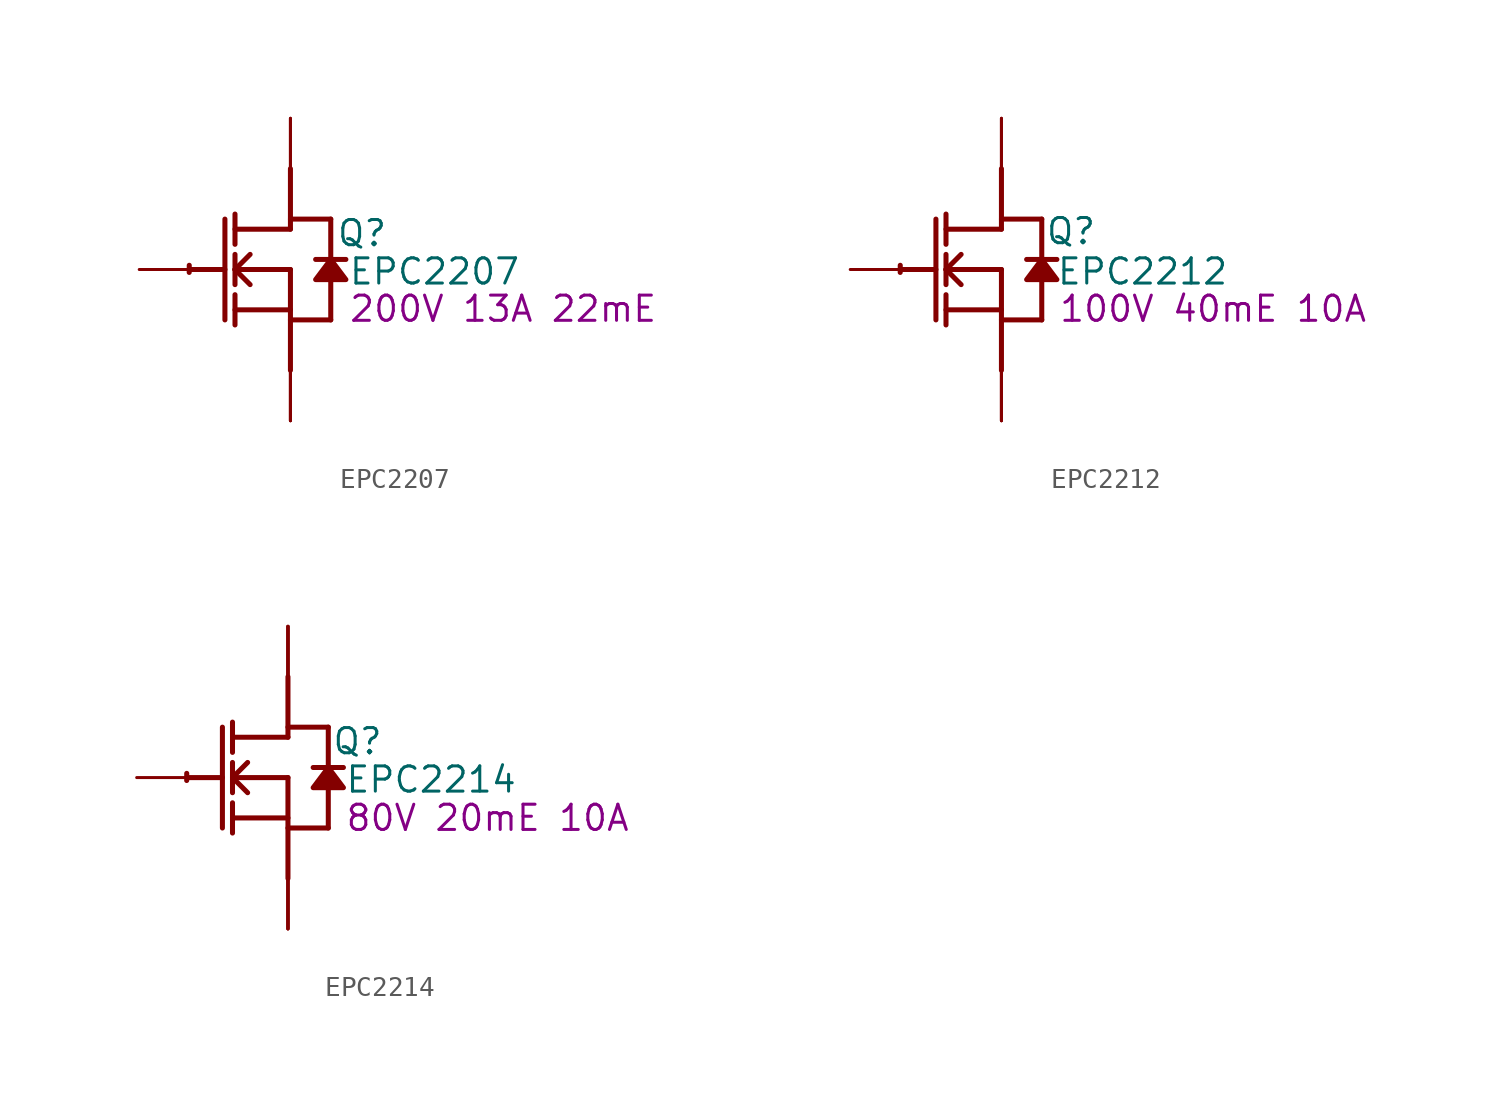
<source format=kicad_sym>
(kicad_symbol_lib
  (version 20241209)
  (generator "kicad_symbol_editor")
  (generator_version "9.0")
  (symbol "EPC2207"
    (property "Reference" "Q"
      (at 3.607 1.829 0)
      (effects (font (size 1.27 1.27))))
    (property "Value" "EPC2207"
      (at 7.264 -0.102 0)
      (effects (font (size 1.27 1.27))))
    (property "Description" "200V 13A 22mE"
      (at 10.719 -1.981 0)
      (effects (font (size 1.27 1.27))))
    (symbol "EPC2207_1_0"
      (polyline (pts (xy -5.08 0) (xy -3.302 0)) (stroke (width 0.254) (type solid)) (fill (type none)))
      (polyline (pts (xy -3.302 2.54) (xy -3.302 -2.54)) (stroke (width 0.254) (type solid)) (fill (type none)))
      (polyline (pts (xy -2.794 1.27) (xy -2.794 2.794)) (stroke (width 0.254) (type solid)) (fill (type none)))
      (polyline (pts (xy -2.794 0) (xy -2.032 0.762)) (stroke (width 0.254) (type solid)) (fill (type none)))
      (polyline (pts (xy -2.794 0) (xy 0 0)) (stroke (width 0.254) (type solid)) (fill (type none)))
      (polyline (pts (xy -2.794 -0.762) (xy -2.794 0.762)) (stroke (width 0.254) (type solid)) (fill (type none)))
      (polyline (pts (xy -2.794 -2.032) (xy 0 -2.032)) (stroke (width 0.254) (type solid)) (fill (type none)))
      (polyline (pts (xy -2.794 -2.794) (xy -2.794 -1.27)) (stroke (width 0.254) (type solid)) (fill (type none)))
      (polyline (pts (xy -2.032 -0.762) (xy -2.794 0)) (stroke (width 0.254) (type solid)) (fill (type none)))
      (polyline (pts (xy 0 2.54) (xy 2.032 2.54)) (stroke (width 0.254) (type solid)) (fill (type none)))
      (polyline (pts (xy 0 2.032) (xy -2.794 2.032)) (stroke (width 0.254) (type solid)) (fill (type none)))
      (polyline (pts (xy 0 2.032) (xy 0 5.08)) (stroke (width 0.254) (type solid)) (fill (type none)))
      (polyline (pts (xy 0 0) (xy 0 -5.08)) (stroke (width 0.254) (type solid)) (fill (type none)))
      (polyline (pts (xy 0 -2.54) (xy 2.032 -2.54)) (stroke (width 0.254) (type solid)) (fill (type none)))
      (arc (start -5.1019 -0.1467) (mid -5.1039 0.0331) (end -5.0996 0.2128) (stroke (width 0.254) (type solid)) (fill (type none)))
      (polyline (pts (xy 2.032 2.54) (xy 2.032 0.508)) (stroke (width 0.254) (type solid)) (fill (type none)))
      (polyline (pts (xy 2.032 0.508) (xy 1.27 -0.508) (xy 2.794 -0.508) (xy 2.032 0.508)) (stroke (width 0.254) (type solid)) (fill (type outline)))
      (polyline (pts (xy 2.032 -0.508) (xy 2.032 -2.54)) (stroke (width 0.254) (type solid)) (fill (type none)))
      (polyline (pts (xy 2.794 0.508) (xy 1.27 0.508)) (stroke (width 0.254) (type solid)) (fill (type none)))
      (pin passive line (at -7.62 0 0) (length 2.54) (name "G" (effects (font (size 0 0)))) (number "1" (effects (font (size 0 0)))))
      (pin open_collector line (at 0 7.62 270) (length 2.54) (name "D" (effects (font (size 0 0)))) (number "3" (effects (font (size 0 0)))))
      (pin open_collector line (at 0 7.62 270) (length 2.54) (name "D" (effects (font (size 0 0)))) (number "5" (effects (font (size 0 0)))))
      (pin open_emitter line (at 0 -7.62 90) (length 2.54) (name "S" (effects (font (size 0 0)))) (number "2" (effects (font (size 0 0)))))
      (pin open_emitter line (at 0 -7.62 90) (length 2.54) (name "S" (effects (font (size 0 0)))) (number "4" (effects (font (size 0 0)))))
      (pin open_emitter line (at 0 -7.62 90) (length 2.54) (name "S" (effects (font (size 0 0)))) (number "6" (effects (font (size 0 0)))))))
  (symbol "EPC2212"
    (property "Reference" "Q"
      (at 3.505 1.93 0)
      (effects (font (size 1.27 1.27))))
    (property "Value" "EPC2212"
      (at 7.112 -0.102 0)
      (effects (font (size 1.27 1.27))))
    (property "Description" "100V 40mE 10A"
      (at 10.668 -1.981 0)
      (effects (font (size 1.27 1.27))))
    (symbol "EPC2212_1_0"
      (polyline (pts (xy -5.08 0) (xy -3.302 0)) (stroke (width 0.254) (type solid)) (fill (type none)))
      (polyline (pts (xy -3.302 2.54) (xy -3.302 -2.54)) (stroke (width 0.254) (type solid)) (fill (type none)))
      (polyline (pts (xy -2.794 1.27) (xy -2.794 2.794)) (stroke (width 0.254) (type solid)) (fill (type none)))
      (polyline (pts (xy -2.794 0) (xy -2.032 0.762)) (stroke (width 0.254) (type solid)) (fill (type none)))
      (polyline (pts (xy -2.794 0) (xy 0 0)) (stroke (width 0.254) (type solid)) (fill (type none)))
      (polyline (pts (xy -2.794 -0.762) (xy -2.794 0.762)) (stroke (width 0.254) (type solid)) (fill (type none)))
      (polyline (pts (xy -2.794 -2.032) (xy 0 -2.032)) (stroke (width 0.254) (type solid)) (fill (type none)))
      (polyline (pts (xy -2.794 -2.794) (xy -2.794 -1.27)) (stroke (width 0.254) (type solid)) (fill (type none)))
      (polyline (pts (xy -2.032 -0.762) (xy -2.794 0)) (stroke (width 0.254) (type solid)) (fill (type none)))
      (polyline (pts (xy 0 2.54) (xy 2.032 2.54)) (stroke (width 0.254) (type solid)) (fill (type none)))
      (polyline (pts (xy 0 2.032) (xy -2.794 2.032)) (stroke (width 0.254) (type solid)) (fill (type none)))
      (polyline (pts (xy 0 2.032) (xy 0 5.08)) (stroke (width 0.254) (type solid)) (fill (type none)))
      (polyline (pts (xy 0 0) (xy 0 -5.08)) (stroke (width 0.254) (type solid)) (fill (type none)))
      (polyline (pts (xy 0 -2.54) (xy 2.032 -2.54)) (stroke (width 0.254) (type solid)) (fill (type none)))
      (arc (start -5.1019 -0.1467) (mid -5.1039 0.0331) (end -5.0996 0.2128) (stroke (width 0.254) (type solid)) (fill (type none)))
      (polyline (pts (xy 2.032 2.54) (xy 2.032 0.508)) (stroke (width 0.254) (type solid)) (fill (type none)))
      (polyline (pts (xy 2.032 0.508) (xy 1.27 -0.508) (xy 2.794 -0.508) (xy 2.032 0.508)) (stroke (width 0.254) (type solid)) (fill (type outline)))
      (polyline (pts (xy 2.032 -0.508) (xy 2.032 -2.54)) (stroke (width 0.254) (type solid)) (fill (type none)))
      (polyline (pts (xy 2.794 0.508) (xy 1.27 0.508)) (stroke (width 0.254) (type solid)) (fill (type none)))
      (pin passive line (at -7.62 0 0) (length 2.54) (name "G" (effects (font (size 0 0)))) (number "1" (effects (font (size 0 0)))))
      (pin open_collector line (at 0 7.62 270) (length 2.54) (name "D1" (effects (font (size 0 0)))) (number "3" (effects (font (size 0 0)))))
      (pin open_collector line (at 0 7.62 270) (length 2.54) (name "D2" (effects (font (size 0 0)))) (number "5" (effects (font (size 0 0)))))
      (pin open_emitter line (at 0 -7.62 90) (length 2.54) (name "Sub" (effects (font (size 0 0)))) (number "2" (effects (font (size 0 0)))))
      (pin open_emitter line (at 0 -7.62 90) (length 2.54) (name "SP1" (effects (font (size 0 0)))) (number "4" (effects (font (size 0 0)))))
      (pin open_emitter line (at 0 -7.62 90) (length 2.54) (name "SP2" (effects (font (size 0 0)))) (number "6" (effects (font (size 0 0)))))))
  (symbol "EPC2214"
    (property "Reference" "Q"
      (at 3.505 1.829 0)
      (effects (font (size 1.27 1.27))))
    (property "Value" "EPC2214"
      (at 7.214 -0.102 0)
      (effects (font (size 1.27 1.27))))
    (property "Description" "80V 20mE 10A"
      (at 10.058 -2.032 0)
      (effects (font (size 1.27 1.27))))
    (symbol "EPC2214_1_0"
      (polyline (pts (xy -5.08 0) (xy -3.302 0)) (stroke (width 0.254) (type solid)) (fill (type none)))
      (polyline (pts (xy -3.302 2.54) (xy -3.302 -2.54)) (stroke (width 0.254) (type solid)) (fill (type none)))
      (polyline (pts (xy -2.794 1.27) (xy -2.794 2.794)) (stroke (width 0.254) (type solid)) (fill (type none)))
      (polyline (pts (xy -2.794 0) (xy -2.032 0.762)) (stroke (width 0.254) (type solid)) (fill (type none)))
      (polyline (pts (xy -2.794 0) (xy 0 0)) (stroke (width 0.254) (type solid)) (fill (type none)))
      (polyline (pts (xy -2.794 -0.762) (xy -2.794 0.762)) (stroke (width 0.254) (type solid)) (fill (type none)))
      (polyline (pts (xy -2.794 -2.032) (xy 0 -2.032)) (stroke (width 0.254) (type solid)) (fill (type none)))
      (polyline (pts (xy -2.794 -2.794) (xy -2.794 -1.27)) (stroke (width 0.254) (type solid)) (fill (type none)))
      (polyline (pts (xy -2.032 -0.762) (xy -2.794 0)) (stroke (width 0.254) (type solid)) (fill (type none)))
      (polyline (pts (xy 0 2.54) (xy 2.032 2.54)) (stroke (width 0.254) (type solid)) (fill (type none)))
      (polyline (pts (xy 0 2.032) (xy -2.794 2.032)) (stroke (width 0.254) (type solid)) (fill (type none)))
      (polyline (pts (xy 0 2.032) (xy 0 5.08)) (stroke (width 0.254) (type solid)) (fill (type none)))
      (polyline (pts (xy 0 0) (xy 0 -5.08)) (stroke (width 0.254) (type solid)) (fill (type none)))
      (polyline (pts (xy 0 -2.54) (xy 2.032 -2.54)) (stroke (width 0.254) (type solid)) (fill (type none)))
      (arc (start -5.1019 -0.1467) (mid -5.1039 0.0331) (end -5.0996 0.2128) (stroke (width 0.254) (type solid)) (fill (type none)))
      (polyline (pts (xy 2.032 2.54) (xy 2.032 0.508)) (stroke (width 0.254) (type solid)) (fill (type none)))
      (polyline (pts (xy 2.032 0.508) (xy 1.27 -0.508) (xy 2.794 -0.508) (xy 2.032 0.508)) (stroke (width 0.254) (type solid)) (fill (type outline)))
      (polyline (pts (xy 2.032 -0.508) (xy 2.032 -2.54)) (stroke (width 0.254) (type solid)) (fill (type none)))
      (polyline (pts (xy 2.794 0.508) (xy 1.27 0.508)) (stroke (width 0.254) (type solid)) (fill (type none)))
      (pin passive line (at -7.62 0 0) (length 2.54) (name "G" (effects (font (size 0 0)))) (number "1" (effects (font (size 0 0)))))
      (pin open_collector line (at 0 7.62 270) (length 2.54) (name "D1" (effects (font (size 0 0)))) (number "4" (effects (font (size 0 0)))))
      (pin open_collector line (at 0 7.62 270) (length 2.54) (name "D2" (effects (font (size 0 0)))) (number "5" (effects (font (size 0 0)))))
      (pin open_collector line (at 0 7.62 270) (length 2.54) (name "D3" (effects (font (size 0 0)))) (number "6" (effects (font (size 0 0)))))
      (pin open_collector line (at 0 7.62 270) (length 2.54) (name "D4" (effects (font (size 0 0)))) (number "7" (effects (font (size 0 0)))))
      (pin open_emitter line (at 0 -7.62 90) (length 2.54) (name "S1" (effects (font (size 0 0)))) (number "2" (effects (font (size 0 0)))))
      (pin open_emitter line (at 0 -7.62 90) (length 2.54) (name "S2" (effects (font (size 0 0)))) (number "3" (effects (font (size 0 0)))))
      (pin open_emitter line (at 0 -7.62 90) (length 2.54) (name "S3" (effects (font (size 0 0)))) (number "8" (effects (font (size 0 0)))))
      (pin open_emitter line (at 0 -7.62 90) (length 2.54) (name "S4" (effects (font (size 0 0)))) (number "9" (effects (font (size 0 0))))))))
</source>
